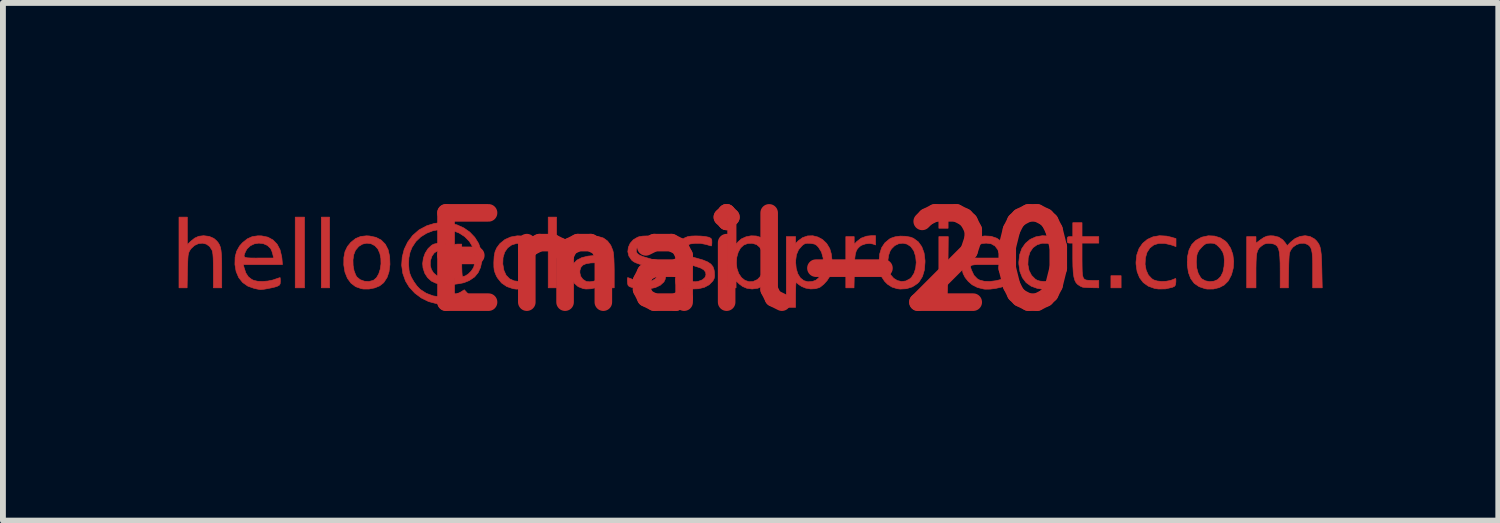
<source format=kicad_pcb>
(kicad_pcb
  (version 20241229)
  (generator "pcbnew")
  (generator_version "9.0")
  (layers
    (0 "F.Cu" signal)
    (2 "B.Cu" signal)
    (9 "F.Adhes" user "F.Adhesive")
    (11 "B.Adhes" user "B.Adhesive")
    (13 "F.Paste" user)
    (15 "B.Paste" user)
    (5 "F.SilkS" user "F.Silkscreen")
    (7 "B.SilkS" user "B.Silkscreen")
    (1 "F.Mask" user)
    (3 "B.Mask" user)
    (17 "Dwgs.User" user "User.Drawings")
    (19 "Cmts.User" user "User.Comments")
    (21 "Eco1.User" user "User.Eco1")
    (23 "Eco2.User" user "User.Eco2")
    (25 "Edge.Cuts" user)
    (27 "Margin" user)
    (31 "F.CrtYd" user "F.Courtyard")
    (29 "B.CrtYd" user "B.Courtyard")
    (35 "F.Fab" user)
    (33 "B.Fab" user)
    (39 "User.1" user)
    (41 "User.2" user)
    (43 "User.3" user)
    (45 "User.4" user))
  (footprint "Email-20"
    (layer "F.Cu")
    (at 9.752 1.418)
    (property "Reference" "Email-20" (at 0 0 0) (layer "F.Cu") (effects (font (size 1.524 1.524) (thickness 0.3))))
    (attr through_hole)
    (fp_poly (pts (xy -7.604 0.445) (xy -7.763 0.445) (xy -7.763 -0.762) (xy -7.604 -0.762) (xy -7.604 0.445)) (stroke (width 0.01) (type solid)) (fill yes) (layer "F.Cu"))
    (fp_poly (pts (xy -7.176 0.445) (xy -7.318 0.445) (xy -7.318 -0.762) (xy -7.176 -0.762) (xy -7.176 0.445)) (stroke (width 0.01) (type solid)) (fill yes) (layer "F.Cu"))
    (fp_poly (pts (xy -3.302 0.445) (xy -3.445 0.445) (xy -3.445 -0.762) (xy -3.302 -0.762) (xy -3.302 0.445)) (stroke (width 0.01) (type solid)) (fill yes) (layer "F.Cu"))
    (fp_poly (pts (xy 3.381 -0.572) (xy 3.223 -0.572) (xy 3.223 -0.762) (xy 3.381 -0.762) (xy 3.381 -0.572)) (stroke (width 0.01) (type solid)) (fill yes) (layer "F.Cu"))
    (fp_poly (pts (xy 6.334 0.445) (xy 6.16 0.445) (xy 6.16 0.238) (xy 6.334 0.238) (xy 6.334 0.445)) (stroke (width 0.01) (type solid)) (fill yes) (layer "F.Cu"))
    (fp_poly (pts (xy 2.143 -0.445) (xy 2.143 -0.287) (xy 2.099 -0.303) (xy 2.039 -0.313) (xy 1.97 -0.305) (xy 1.906 -0.283) (xy 1.882 -0.268) (xy 1.851 -0.24) (xy 1.827 -0.211) (xy 1.81 -0.175) (xy 1.797 -0.127) (xy 1.789 -0.063) (xy 1.784 0.023) (xy 1.781 0.134) (xy 1.781 0.155) (xy 1.775 0.445) (xy 1.635 0.445) (xy 1.635 -0.429) (xy 1.778 -0.429) (xy 1.778 -0.298) (xy 1.823 -0.346) (xy 1.897 -0.403) (xy 1.989 -0.437) (xy 2.066 -0.445) (xy 2.143 -0.445)) (stroke (width 0.01) (type solid)) (fill yes) (layer "F.Cu"))
    (fp_poly (pts (xy 3.379 0.075) (xy 3.377 0.216) (xy 3.375 0.329) (xy 3.373 0.418) (xy 3.371 0.486) (xy 3.368 0.537) (xy 3.363 0.574) (xy 3.357 0.602) (xy 3.35 0.623) (xy 3.342 0.642) (xy 3.298 0.706) (xy 3.242 0.747) (xy 3.167 0.769) (xy 3.138 0.773) (xy 3.048 0.782) (xy 3.048 0.717) (xy 3.05 0.675) (xy 3.059 0.656) (xy 3.084 0.651) (xy 3.103 0.651) (xy 3.162 0.638) (xy 3.19 0.616) (xy 3.199 0.605) (xy 3.206 0.592) (xy 3.212 0.573) (xy 3.216 0.544) (xy 3.219 0.502) (xy 3.221 0.443) (xy 3.222 0.365) (xy 3.222 0.263) (xy 3.223 0.134) (xy 3.223 0.076) (xy 3.223 -0.429) (xy 3.384 -0.429) (xy 3.379 0.075)) (stroke (width 0.01) (type solid)) (fill yes) (layer "F.Cu"))
    (fp_poly (pts (xy 5.667 -0.429) (xy 5.953 -0.429) (xy 5.953 -0.318) (xy 5.667 -0.318) (xy 5.667 -0.035) (xy 5.668 0.079) (xy 5.67 0.166) (xy 5.675 0.228) (xy 5.687 0.271) (xy 5.705 0.297) (xy 5.733 0.311) (xy 5.771 0.316) (xy 5.823 0.317) (xy 5.835 0.318) (xy 5.953 0.318) (xy 5.953 0.445) (xy 5.83 0.443) (xy 5.767 0.441) (xy 5.712 0.438) (xy 5.678 0.434) (xy 5.675 0.433) (xy 5.642 0.419) (xy 5.601 0.393) (xy 5.594 0.388) (xy 5.566 0.359) (xy 5.544 0.317) (xy 5.528 0.259) (xy 5.517 0.181) (xy 5.511 0.079) (xy 5.509 -0.05) (xy 5.509 -0.085) (xy 5.509 -0.318) (xy 5.461 -0.318) (xy 5.429 -0.321) (xy 5.416 -0.336) (xy 5.413 -0.373) (xy 5.416 -0.41) (xy 5.429 -0.426) (xy 5.461 -0.429) (xy 5.509 -0.429) (xy 5.509 -0.667) (xy 5.667 -0.667) (xy 5.667 -0.429)) (stroke (width 0.01) (type solid)) (fill yes) (layer "F.Cu"))
    (fp_poly (pts (xy -9.604 -0.295) (xy -9.545 -0.351) (xy -9.477 -0.405) (xy -9.41 -0.435) (xy -9.334 -0.444) (xy -9.328 -0.445) (xy -9.231 -0.433) (xy -9.152 -0.399) (xy -9.103 -0.356) (xy -9.076 -0.323) (xy -9.055 -0.287) (xy -9.039 -0.244) (xy -9.029 -0.19) (xy -9.022 -0.12) (xy -9.018 -0.028) (xy -9.017 0.089) (xy -9.017 0.133) (xy -9.017 0.445) (xy -9.16 0.445) (xy -9.16 0.15) (xy -9.161 0.031) (xy -9.163 -0.061) (xy -9.168 -0.128) (xy -9.175 -0.173) (xy -9.182 -0.196) (xy -9.223 -0.26) (xy -9.279 -0.301) (xy -9.345 -0.317) (xy -9.414 -0.31) (xy -9.481 -0.279) (xy -9.54 -0.225) (xy -9.564 -0.19) (xy -9.576 -0.167) (xy -9.584 -0.141) (xy -9.591 -0.105) (xy -9.595 -0.055) (xy -9.598 0.014) (xy -9.601 0.107) (xy -9.602 0.155) (xy -9.608 0.445) (xy -9.747 0.445) (xy -9.747 -0.762) (xy -9.604 -0.762) (xy -9.604 -0.295)) (stroke (width 0.01) (type solid)) (fill yes) (layer "F.Cu"))
    (fp_poly (pts (xy -3.853 -0.438) (xy -3.768 -0.418) (xy -3.683 -0.391) (xy -3.683 -0.256) (xy -3.77 -0.287) (xy -3.883 -0.314) (xy -3.983 -0.313) (xy -4.069 -0.287) (xy -4.138 -0.236) (xy -4.188 -0.163) (xy -4.216 -0.069) (xy -4.22 0.037) (xy -4.201 0.146) (xy -4.163 0.231) (xy -4.104 0.291) (xy -4.026 0.326) (xy -3.932 0.337) (xy -3.819 0.325) (xy -3.757 0.305) (xy -3.683 0.272) (xy -3.683 0.341) (xy -3.684 0.382) (xy -3.694 0.406) (xy -3.72 0.421) (xy -3.758 0.434) (xy -3.878 0.462) (xy -3.989 0.467) (xy -4.043 0.46) (xy -4.152 0.423) (xy -4.241 0.362) (xy -4.311 0.275) (xy -4.33 0.241) (xy -4.352 0.189) (xy -4.366 0.143) (xy -4.372 0.089) (xy -4.373 0.016) (xy -4.373 0.016) (xy -4.368 -0.087) (xy -4.353 -0.168) (xy -4.324 -0.236) (xy -4.279 -0.297) (xy -4.267 -0.312) (xy -4.184 -0.379) (xy -4.084 -0.423) (xy -3.972 -0.443) (xy -3.853 -0.438)) (stroke (width 0.01) (type solid)) (fill yes) (layer "F.Cu"))
    (fp_poly (pts (xy 7.113 -0.438) (xy 7.188 -0.42) (xy 7.271 -0.396) (xy 7.271 -0.259) (xy 7.187 -0.288) (xy 7.076 -0.314) (xy 6.977 -0.314) (xy 6.892 -0.287) (xy 6.825 -0.235) (xy 6.776 -0.16) (xy 6.749 -0.066) (xy 6.743 0.043) (xy 6.761 0.142) (xy 6.799 0.226) (xy 6.858 0.289) (xy 6.893 0.311) (xy 6.949 0.328) (xy 7.023 0.336) (xy 7.101 0.333) (xy 7.173 0.32) (xy 7.199 0.311) (xy 7.238 0.295) (xy 7.263 0.286) (xy 7.266 0.286) (xy 7.269 0.3) (xy 7.269 0.335) (xy 7.268 0.352) (xy 7.262 0.395) (xy 7.246 0.419) (xy 7.212 0.435) (xy 7.206 0.437) (xy 7.092 0.463) (xy 6.971 0.465) (xy 6.905 0.455) (xy 6.799 0.417) (xy 6.713 0.356) (xy 6.649 0.272) (xy 6.607 0.167) (xy 6.589 0.042) (xy 6.588 0.007) (xy 6.602 -0.118) (xy 6.64 -0.226) (xy 6.701 -0.314) (xy 6.782 -0.382) (xy 6.879 -0.426) (xy 6.99 -0.445) (xy 7.113 -0.438)) (stroke (width 0.01) (type solid)) (fill yes) (layer "F.Cu"))
    (fp_poly (pts (xy 5.113 -0.438) (xy 5.188 -0.42) (xy 5.271 -0.396) (xy 5.271 -0.257) (xy 5.191 -0.287) (xy 5.083 -0.315) (xy 4.985 -0.316) (xy 4.9 -0.29) (xy 4.83 -0.24) (xy 4.779 -0.166) (xy 4.749 -0.07) (xy 4.748 -0.065) (xy 4.743 0.048) (xy 4.762 0.148) (xy 4.805 0.232) (xy 4.87 0.297) (xy 4.904 0.317) (xy 4.95 0.33) (xy 5.015 0.336) (xy 5.088 0.333) (xy 5.156 0.323) (xy 5.199 0.311) (xy 5.238 0.295) (xy 5.262 0.286) (xy 5.265 0.286) (xy 5.269 0.3) (xy 5.268 0.335) (xy 5.267 0.352) (xy 5.261 0.395) (xy 5.246 0.419) (xy 5.212 0.435) (xy 5.206 0.437) (xy 5.091 0.463) (xy 4.971 0.465) (xy 4.905 0.455) (xy 4.799 0.417) (xy 4.713 0.356) (xy 4.649 0.272) (xy 4.607 0.167) (xy 4.589 0.042) (xy 4.588 0.007) (xy 4.601 -0.118) (xy 4.64 -0.226) (xy 4.701 -0.314) (xy 4.781 -0.382) (xy 4.879 -0.426) (xy 4.99 -0.445) (xy 5.113 -0.438)) (stroke (width 0.01) (type solid)) (fill yes) (layer "F.Cu"))
    (fp_poly (pts (xy 2.655 -0.435) (xy 2.739 -0.42) (xy 2.789 -0.401) (xy 2.872 -0.34) (xy 2.932 -0.256) (xy 2.971 -0.15) (xy 2.987 -0.022) (xy 2.987 0.008) (xy 2.976 0.141) (xy 2.943 0.252) (xy 2.888 0.34) (xy 2.859 0.37) (xy 2.772 0.428) (xy 2.671 0.46) (xy 2.563 0.466) (xy 2.513 0.46) (xy 2.423 0.432) (xy 2.349 0.385) (xy 2.297 0.333) (xy 2.25 0.262) (xy 2.219 0.178) (xy 2.204 0.075) (xy 2.204 0.067) (xy 2.353 0.067) (xy 2.365 0.14) (xy 2.399 0.221) (xy 2.452 0.282) (xy 2.516 0.321) (xy 2.587 0.337) (xy 2.659 0.328) (xy 2.727 0.292) (xy 2.757 0.265) (xy 2.801 0.195) (xy 2.828 0.107) (xy 2.837 0.01) (xy 2.827 -0.09) (xy 2.798 -0.182) (xy 2.791 -0.195) (xy 2.743 -0.26) (xy 2.681 -0.301) (xy 2.611 -0.317) (xy 2.54 -0.309) (xy 2.472 -0.277) (xy 2.415 -0.221) (xy 2.391 -0.183) (xy 2.366 -0.112) (xy 2.353 -0.024) (xy 2.353 0.067) (xy 2.204 0.067) (xy 2.202 -0.009) (xy 2.214 -0.136) (xy 2.246 -0.239) (xy 2.301 -0.322) (xy 2.379 -0.387) (xy 2.405 -0.402) (xy 2.476 -0.426) (xy 2.563 -0.438) (xy 2.655 -0.435)) (stroke (width 0.01) (type solid)) (fill yes) (layer "F.Cu"))
    (fp_poly (pts (xy -6.495 -0.44) (xy -6.385 -0.417) (xy -6.295 -0.37) (xy -6.225 -0.299) (xy -6.177 -0.205) (xy -6.151 -0.089) (xy -6.146 0.048) (xy -6.147 0.053) (xy -6.162 0.171) (xy -6.195 0.268) (xy -6.249 0.351) (xy -6.26 0.363) (xy -6.323 0.412) (xy -6.406 0.446) (xy -6.501 0.465) (xy -6.598 0.465) (xy -6.636 0.459) (xy -6.732 0.425) (xy -6.811 0.365) (xy -6.872 0.282) (xy -6.914 0.177) (xy -6.934 0.055) (xy -6.934 0.05) (xy -6.933 -0.033) (xy -6.777 -0.033) (xy -6.775 0.061) (xy -6.759 0.152) (xy -6.73 0.228) (xy -6.71 0.26) (xy -6.654 0.306) (xy -6.582 0.332) (xy -6.505 0.337) (xy -6.432 0.318) (xy -6.426 0.315) (xy -6.376 0.273) (xy -6.338 0.208) (xy -6.312 0.127) (xy -6.299 0.037) (xy -6.301 -0.055) (xy -6.318 -0.141) (xy -6.35 -0.215) (xy -6.403 -0.274) (xy -6.469 -0.308) (xy -6.541 -0.317) (xy -6.613 -0.302) (xy -6.679 -0.262) (xy -6.733 -0.198) (xy -6.736 -0.193) (xy -6.764 -0.121) (xy -6.777 -0.033) (xy -6.933 -0.033) (xy -6.933 -0.072) (xy -6.913 -0.174) (xy -6.872 -0.26) (xy -6.813 -0.332) (xy -6.733 -0.396) (xy -6.646 -0.432) (xy -6.544 -0.443) (xy -6.495 -0.44)) (stroke (width 0.01) (type solid)) (fill yes) (layer "F.Cu"))
    (fp_poly (pts (xy -0.238 -0.297) (xy -0.204 -0.341) (xy -0.146 -0.391) (xy -0.069 -0.426) (xy 0.018 -0.443) (xy 0.105 -0.44) (xy 0.163 -0.423) (xy 0.213 -0.392) (xy 0.268 -0.341) (xy 0.319 -0.28) (xy 0.357 -0.219) (xy 0.362 -0.209) (xy 0.377 -0.157) (xy 0.386 -0.081) (xy 0.388 0.008) (xy 0.387 0.088) (xy 0.383 0.147) (xy 0.373 0.193) (xy 0.357 0.237) (xy 0.352 0.248) (xy 0.295 0.342) (xy 0.221 0.411) (xy 0.134 0.452) (xy 0.036 0.465) (xy -0.053 0.453) (xy -0.126 0.422) (xy -0.183 0.38) (xy -0.238 0.327) (xy -0.238 0.445) (xy -0.381 0.445) (xy -0.381 0.021) (xy -0.233 0.021) (xy -0.223 0.113) (xy -0.193 0.201) (xy -0.146 0.27) (xy -0.087 0.317) (xy -0.019 0.34) (xy 0.052 0.337) (xy 0.123 0.305) (xy 0.127 0.303) (xy 0.179 0.248) (xy 0.215 0.175) (xy 0.236 0.089) (xy 0.242 -0.002) (xy 0.232 -0.093) (xy 0.208 -0.175) (xy 0.169 -0.244) (xy 0.116 -0.291) (xy 0.11 -0.294) (xy 0.039 -0.315) (xy -0.039 -0.312) (xy -0.108 -0.285) (xy -0.161 -0.236) (xy -0.201 -0.164) (xy -0.226 -0.076) (xy -0.233 0.021) (xy -0.381 0.021) (xy -0.381 -0.762) (xy -0.238 -0.762) (xy -0.238 -0.297)) (stroke (width 0.01) (type solid)) (fill yes) (layer "F.Cu"))
    (fp_poly (pts (xy 7.929 -0.439) (xy 8.028 -0.408) (xy 8.114 -0.352) (xy 8.144 -0.322) (xy 8.203 -0.231) (xy 8.241 -0.125) (xy 8.256 -0.009) (xy 8.248 0.109) (xy 8.218 0.222) (xy 8.165 0.324) (xy 8.159 0.332) (xy 8.094 0.396) (xy 8.009 0.441) (xy 7.91 0.465) (xy 7.805 0.466) (xy 7.768 0.46) (xy 7.665 0.425) (xy 7.582 0.368) (xy 7.522 0.287) (xy 7.483 0.183) (xy 7.464 0.055) (xy 7.464 0.053) (xy 7.465 0.003) (xy 7.617 0.003) (xy 7.625 0.107) (xy 7.65 0.198) (xy 7.691 0.269) (xy 7.712 0.292) (xy 7.772 0.325) (xy 7.845 0.339) (xy 7.92 0.331) (xy 7.981 0.305) (xy 8.034 0.253) (xy 8.072 0.176) (xy 8.091 0.081) (xy 8.092 0.072) (xy 8.096 -0.028) (xy 8.089 -0.106) (xy 8.068 -0.168) (xy 8.032 -0.222) (xy 8.008 -0.248) (xy 7.967 -0.287) (xy 7.934 -0.308) (xy 7.899 -0.316) (xy 7.858 -0.318) (xy 7.811 -0.315) (xy 7.777 -0.305) (xy 7.743 -0.282) (xy 7.709 -0.248) (xy 7.662 -0.194) (xy 7.636 -0.143) (xy 7.627 -0.109) (xy 7.617 0.003) (xy 7.465 0.003) (xy 7.467 -0.085) (xy 7.493 -0.201) (xy 7.54 -0.294) (xy 7.611 -0.366) (xy 7.704 -0.417) (xy 7.716 -0.421) (xy 7.823 -0.444) (xy 7.929 -0.439)) (stroke (width 0.01) (type solid)) (fill yes) (layer "F.Cu"))
    (fp_poly (pts (xy 1.159 -0.422) (xy 1.239 -0.378) (xy 1.308 -0.312) (xy 1.36 -0.226) (xy 1.362 -0.222) (xy 1.387 -0.135) (xy 1.399 -0.032) (xy 1.398 0.074) (xy 1.384 0.173) (xy 1.357 0.255) (xy 1.355 0.259) (xy 1.315 0.321) (xy 1.26 0.382) (xy 1.202 0.429) (xy 1.184 0.44) (xy 1.116 0.46) (xy 1.034 0.464) (xy 0.951 0.45) (xy 0.882 0.422) (xy 0.838 0.393) (xy 0.804 0.365) (xy 0.795 0.353) (xy 0.788 0.352) (xy 0.783 0.377) (xy 0.78 0.43) (xy 0.779 0.512) (xy 0.778 0.552) (xy 0.778 0.778) (xy 0.619 0.778) (xy 0.619 0.002) (xy 0.778 0.002) (xy 0.788 0.114) (xy 0.816 0.206) (xy 0.86 0.276) (xy 0.918 0.322) (xy 0.988 0.342) (xy 1.068 0.335) (xy 1.125 0.314) (xy 1.17 0.276) (xy 1.209 0.214) (xy 1.237 0.135) (xy 1.25 0.055) (xy 1.248 -0.065) (xy 1.22 -0.165) (xy 1.168 -0.248) (xy 1.134 -0.283) (xy 1.1 -0.302) (xy 1.053 -0.311) (xy 1.03 -0.314) (xy 0.976 -0.316) (xy 0.94 -0.31) (xy 0.908 -0.291) (xy 0.89 -0.276) (xy 0.829 -0.206) (xy 0.792 -0.119) (xy 0.778 -0.011) (xy 0.778 0.002) (xy 0.619 0.002) (xy 0.619 -0.429) (xy 0.778 -0.429) (xy 0.778 -0.313) (xy 0.821 -0.356) (xy 0.897 -0.412) (xy 0.982 -0.441) (xy 1.071 -0.444) (xy 1.159 -0.422)) (stroke (width 0.01) (type solid)) (fill yes) (layer "F.Cu"))
    (fp_poly (pts (xy -8.336 -0.442) (xy -8.23 -0.42) (xy -8.142 -0.372) (xy -8.072 -0.3) (xy -8.022 -0.205) (xy -7.994 -0.088) (xy -7.99 -0.06) (xy -7.981 0.048) (xy -8.649 0.048) (xy -8.636 0.099) (xy -8.606 0.191) (xy -8.563 0.257) (xy -8.503 0.303) (xy -8.469 0.318) (xy -8.404 0.333) (xy -8.32 0.336) (xy -8.23 0.329) (xy -8.144 0.311) (xy -8.121 0.303) (xy -8.071 0.286) (xy -8.035 0.274) (xy -8.021 0.27) (xy -8.019 0.284) (xy -8.017 0.319) (xy -8.017 0.333) (xy -8.02 0.376) (xy -8.035 0.4) (xy -8.069 0.418) (xy -8.071 0.419) (xy -8.108 0.431) (xy -8.163 0.444) (xy -8.227 0.457) (xy -8.289 0.468) (xy -8.338 0.474) (xy -8.361 0.475) (xy -8.383 0.471) (xy -8.425 0.463) (xy -8.465 0.454) (xy -8.572 0.416) (xy -8.66 0.354) (xy -8.728 0.269) (xy -8.772 0.165) (xy -8.792 0.046) (xy -8.789 -0.076) (xy -8.781 -0.11) (xy -8.635 -0.11) (xy -8.634 -0.088) (xy -8.615 -0.074) (xy -8.578 -0.067) (xy -8.517 -0.064) (xy -8.429 -0.063) (xy -8.384 -0.064) (xy -8.131 -0.064) (xy -8.146 -0.129) (xy -8.161 -0.179) (xy -8.179 -0.22) (xy -8.183 -0.227) (xy -8.238 -0.279) (xy -8.307 -0.309) (xy -8.383 -0.318) (xy -8.46 -0.306) (xy -8.529 -0.273) (xy -8.584 -0.221) (xy -8.605 -0.186) (xy -8.625 -0.142) (xy -8.635 -0.11) (xy -8.781 -0.11) (xy -8.763 -0.179) (xy -8.713 -0.269) (xy -8.662 -0.326) (xy -8.581 -0.391) (xy -8.497 -0.429) (xy -8.401 -0.443) (xy -8.336 -0.442)) (stroke (width 0.01) (type solid)) (fill yes) (layer "F.Cu"))
    (fp_poly (pts (xy 4.114 -0.435) (xy 4.212 -0.402) (xy 4.293 -0.344) (xy 4.355 -0.265) (xy 4.396 -0.165) (xy 4.413 -0.049) (xy 4.413 -0.029) (xy 4.413 0.048) (xy 4.088 0.048) (xy 3.975 0.048) (xy 3.891 0.048) (xy 3.832 0.051) (xy 3.793 0.057) (xy 3.772 0.066) (xy 3.764 0.081) (xy 3.767 0.103) (xy 3.776 0.132) (xy 3.781 0.144) (xy 3.822 0.231) (xy 3.88 0.291) (xy 3.92 0.313) (xy 3.998 0.333) (xy 4.095 0.336) (xy 4.202 0.323) (xy 4.309 0.295) (xy 4.354 0.278) (xy 4.371 0.275) (xy 4.379 0.289) (xy 4.381 0.327) (xy 4.381 0.338) (xy 4.381 0.409) (xy 4.29 0.433) (xy 4.193 0.455) (xy 4.098 0.467) (xy 4.017 0.468) (xy 3.993 0.466) (xy 3.882 0.439) (xy 3.792 0.393) (xy 3.726 0.336) (xy 3.672 0.269) (xy 3.637 0.201) (xy 3.619 0.122) (xy 3.613 0.023) (xy 3.612 0.008) (xy 3.622 -0.081) (xy 3.768 -0.081) (xy 3.775 -0.073) (xy 3.795 -0.069) (xy 3.832 -0.066) (xy 3.89 -0.064) (xy 3.973 -0.064) (xy 4.017 -0.064) (xy 4.273 -0.064) (xy 4.262 -0.115) (xy 4.23 -0.206) (xy 4.182 -0.269) (xy 4.116 -0.307) (xy 4.031 -0.318) (xy 3.961 -0.311) (xy 3.904 -0.289) (xy 3.849 -0.25) (xy 3.807 -0.203) (xy 3.787 -0.163) (xy 3.776 -0.12) (xy 3.768 -0.091) (xy 3.768 -0.081) (xy 3.622 -0.081) (xy 3.626 -0.12) (xy 3.663 -0.229) (xy 3.722 -0.317) (xy 3.803 -0.383) (xy 3.905 -0.425) (xy 4.003 -0.441) (xy 4.114 -0.435)) (stroke (width 0.01) (type solid)) (fill yes) (layer "F.Cu"))
    (fp_poly (pts (xy -1.675 -0.439) (xy -1.598 -0.432) (xy -1.537 -0.42) (xy -1.52 -0.415) (xy -1.491 -0.399) (xy -1.479 -0.373) (xy -1.476 -0.334) (xy -1.478 -0.294) (xy -1.486 -0.275) (xy -1.509 -0.275) (xy -1.553 -0.289) (xy -1.564 -0.293) (xy -1.622 -0.307) (xy -1.694 -0.315) (xy -1.767 -0.315) (xy -1.832 -0.309) (xy -1.873 -0.297) (xy -1.915 -0.262) (xy -1.939 -0.216) (xy -1.941 -0.172) (xy -1.923 -0.14) (xy -1.884 -0.112) (xy -1.821 -0.086) (xy -1.736 -0.061) (xy -1.624 -0.028) (xy -1.541 0.009) (xy -1.482 0.05) (xy -1.468 0.063) (xy -1.446 0.108) (xy -1.435 0.17) (xy -1.437 0.238) (xy -1.449 0.302) (xy -1.47 0.344) (xy -1.531 0.4) (xy -1.615 0.44) (xy -1.717 0.462) (xy -1.833 0.464) (xy -1.892 0.458) (xy -1.973 0.446) (xy -2.028 0.435) (xy -2.062 0.422) (xy -2.081 0.403) (xy -2.089 0.376) (xy -2.092 0.344) (xy -2.094 0.301) (xy -2.091 0.274) (xy -2.089 0.27) (xy -2.071 0.275) (xy -2.033 0.289) (xy -2.005 0.3) (xy -1.908 0.329) (xy -1.817 0.342) (xy -1.734 0.338) (xy -1.666 0.321) (xy -1.615 0.289) (xy -1.588 0.244) (xy -1.584 0.215) (xy -1.597 0.164) (xy -1.638 0.124) (xy -1.707 0.092) (xy -1.729 0.086) (xy -1.826 0.059) (xy -1.897 0.037) (xy -1.948 0.018) (xy -1.983 0.001) (xy -2.009 -0.018) (xy -2.024 -0.032) (xy -2.068 -0.098) (xy -2.086 -0.172) (xy -2.077 -0.246) (xy -2.046 -0.315) (xy -1.993 -0.375) (xy -1.921 -0.418) (xy -1.886 -0.43) (xy -1.83 -0.438) (xy -1.756 -0.441) (xy -1.675 -0.439)) (stroke (width 0.01) (type solid)) (fill yes) (layer "F.Cu"))
    (fp_poly (pts (xy 9.559 -0.431) (xy 9.633 -0.391) (xy 9.663 -0.363) (xy 9.691 -0.329) (xy 9.713 -0.293) (xy 9.73 -0.25) (xy 9.741 -0.196) (xy 9.75 -0.126) (xy 9.755 -0.035) (xy 9.759 0.082) (xy 9.76 0.123) (xy 9.767 0.445) (xy 9.604 0.445) (xy 9.604 0.142) (xy 9.604 0.02) (xy 9.601 -0.075) (xy 9.595 -0.147) (xy 9.585 -0.201) (xy 9.571 -0.239) (xy 9.551 -0.268) (xy 9.525 -0.29) (xy 9.523 -0.292) (xy 9.463 -0.316) (xy 9.395 -0.315) (xy 9.327 -0.292) (xy 9.268 -0.25) (xy 9.238 -0.212) (xy 9.224 -0.189) (xy 9.214 -0.165) (xy 9.207 -0.136) (xy 9.202 -0.096) (xy 9.199 -0.04) (xy 9.196 0.038) (xy 9.194 0.142) (xy 9.194 0.147) (xy 9.189 0.445) (xy 9.049 0.445) (xy 9.049 0.155) (xy 9.048 0.022) (xy 9.043 -0.083) (xy 9.035 -0.163) (xy 9.021 -0.222) (xy 9 -0.263) (xy 8.97 -0.289) (xy 8.932 -0.305) (xy 8.883 -0.313) (xy 8.878 -0.313) (xy 8.822 -0.314) (xy 8.778 -0.301) (xy 8.749 -0.283) (xy 8.712 -0.255) (xy 8.684 -0.226) (xy 8.664 -0.19) (xy 8.65 -0.143) (xy 8.642 -0.08) (xy 8.638 0.004) (xy 8.636 0.113) (xy 8.636 0.155) (xy 8.636 0.445) (xy 8.477 0.445) (xy 8.477 -0.429) (xy 8.636 -0.429) (xy 8.636 -0.318) (xy 8.709 -0.373) (xy 8.771 -0.415) (xy 8.825 -0.438) (xy 8.886 -0.444) (xy 8.94 -0.441) (xy 9.025 -0.42) (xy 9.094 -0.374) (xy 9.137 -0.322) (xy 9.169 -0.275) (xy 9.227 -0.335) (xy 9.304 -0.397) (xy 9.388 -0.433) (xy 9.475 -0.445) (xy 9.559 -0.431)) (stroke (width 0.01) (type solid)) (fill yes) (layer "F.Cu"))
    (fp_poly (pts (xy -2.59 -0.431) (xy -2.51 -0.408) (xy -2.499 -0.403) (xy -2.432 -0.354) (xy -2.377 -0.281) (xy -2.341 -0.192) (xy -2.334 -0.161) (xy -2.328 -0.115) (xy -2.323 -0.045) (xy -2.32 0.041) (xy -2.318 0.135) (xy -2.318 0.185) (xy -2.318 0.445) (xy -2.461 0.445) (xy -2.461 0.313) (xy -2.492 0.354) (xy -2.548 0.403) (xy -2.625 0.44) (xy -2.712 0.461) (xy -2.8 0.465) (xy -2.846 0.459) (xy -2.933 0.425) (xy -2.997 0.369) (xy -3.037 0.294) (xy -3.052 0.2) (xy -3.052 0.189) (xy -3.052 0.186) (xy -2.905 0.186) (xy -2.891 0.247) (xy -2.853 0.3) (xy -2.799 0.334) (xy -2.786 0.338) (xy -2.733 0.342) (xy -2.669 0.332) (xy -2.609 0.312) (xy -2.601 0.308) (xy -2.543 0.261) (xy -2.499 0.188) (xy -2.476 0.11) (xy -2.468 0.063) (xy -2.462 0.03) (xy -2.461 0.022) (xy -2.475 0.019) (xy -2.515 0.017) (xy -2.573 0.016) (xy -2.612 0.016) (xy -2.719 0.02) (xy -2.798 0.033) (xy -2.853 0.057) (xy -2.886 0.094) (xy -2.903 0.146) (xy -2.905 0.186) (xy -3.052 0.186) (xy -3.041 0.1) (xy -3.009 0.027) (xy -2.953 -0.029) (xy -2.873 -0.07) (xy -2.768 -0.096) (xy -2.635 -0.109) (xy -2.562 -0.111) (xy -2.464 -0.111) (xy -2.477 -0.167) (xy -2.49 -0.211) (xy -2.506 -0.243) (xy -2.507 -0.245) (xy -2.558 -0.283) (xy -2.63 -0.307) (xy -2.717 -0.316) (xy -2.81 -0.309) (xy -2.901 -0.286) (xy -2.95 -0.269) (xy -2.985 -0.257) (xy -2.997 -0.254) (xy -2.999 -0.268) (xy -2.998 -0.304) (xy -2.997 -0.321) (xy -2.992 -0.389) (xy -2.889 -0.417) (xy -2.791 -0.436) (xy -2.687 -0.44) (xy -2.59 -0.431)) (stroke (width 0.01) (type solid)) (fill yes) (layer "F.Cu"))
    (fp_poly (pts (xy -0.848 -0.439) (xy -0.771 -0.432) (xy -0.709 -0.42) (xy -0.695 -0.415) (xy -0.666 -0.399) (xy -0.653 -0.373) (xy -0.651 -0.334) (xy -0.653 -0.294) (xy -0.658 -0.272) (xy -0.66 -0.27) (xy -0.679 -0.274) (xy -0.718 -0.286) (xy -0.747 -0.295) (xy -0.85 -0.315) (xy -0.935 -0.315) (xy -1.016 -0.305) (xy -1.07 -0.285) (xy -1.101 -0.251) (xy -1.111 -0.202) (xy -1.111 -0.196) (xy -1.105 -0.159) (xy -1.085 -0.129) (xy -1.046 -0.104) (xy -0.983 -0.081) (xy -0.911 -0.061) (xy -0.803 -0.03) (xy -0.723 0.003) (xy -0.668 0.04) (xy -0.632 0.085) (xy -0.613 0.141) (xy -0.607 0.187) (xy -0.605 0.246) (xy -0.613 0.288) (xy -0.634 0.327) (xy -0.638 0.332) (xy -0.698 0.393) (xy -0.781 0.437) (xy -0.883 0.461) (xy -1 0.465) (xy -1.067 0.458) (xy -1.148 0.446) (xy -1.203 0.435) (xy -1.237 0.422) (xy -1.256 0.403) (xy -1.264 0.376) (xy -1.267 0.344) (xy -1.268 0.301) (xy -1.266 0.274) (xy -1.264 0.27) (xy -1.245 0.275) (xy -1.207 0.289) (xy -1.179 0.3) (xy -1.052 0.336) (xy -0.932 0.341) (xy -0.879 0.333) (xy -0.813 0.308) (xy -0.77 0.27) (xy -0.752 0.225) (xy -0.758 0.178) (xy -0.791 0.136) (xy -0.847 0.105) (xy -0.896 0.089) (xy -0.961 0.068) (xy -1.029 0.048) (xy -1.031 0.047) (xy -1.114 0.018) (xy -1.173 -0.015) (xy -1.201 -0.039) (xy -1.231 -0.072) (xy -1.247 -0.103) (xy -1.253 -0.143) (xy -1.254 -0.188) (xy -1.252 -0.244) (xy -1.244 -0.282) (xy -1.224 -0.314) (xy -1.195 -0.347) (xy -1.121 -0.405) (xy -1.064 -0.429) (xy -1.006 -0.438) (xy -0.93 -0.441) (xy -0.848 -0.439)) (stroke (width 0.01) (type solid)) (fill yes) (layer "F.Cu"))
    (fp_poly (pts (xy -5.125 -0.661) (xy -5.001 -0.63) (xy -4.886 -0.578) (xy -4.784 -0.507) (xy -4.698 -0.417) (xy -4.632 -0.311) (xy -4.59 -0.19) (xy -4.578 -0.117) (xy -4.578 -0.007) (xy -4.6 0.096) (xy -4.641 0.186) (xy -4.699 0.256) (xy -4.704 0.261) (xy -4.793 0.321) (xy -4.885 0.358) (xy -4.966 0.374) (xy -5.048 0.385) (xy -5.048 0.287) (xy -5.105 0.325) (xy -5.191 0.367) (xy -5.278 0.38) (xy -5.361 0.366) (xy -5.438 0.33) (xy -5.503 0.272) (xy -5.552 0.196) (xy -5.582 0.104) (xy -5.585 0.061) (xy -5.458 0.061) (xy -5.439 0.131) (xy -5.402 0.19) (xy -5.351 0.234) (xy -5.289 0.258) (xy -5.219 0.258) (xy -5.159 0.237) (xy -5.11 0.196) (xy -5.075 0.132) (xy -5.058 0.056) (xy -5.061 -0.026) (xy -5.064 -0.041) (xy -5.091 -0.105) (xy -5.137 -0.158) (xy -5.194 -0.195) (xy -5.247 -0.206) (xy -5.326 -0.192) (xy -5.39 -0.151) (xy -5.429 -0.096) (xy -5.456 -0.016) (xy -5.458 0.061) (xy -5.585 0.061) (xy -5.588 0.032) (xy -5.576 -0.061) (xy -5.544 -0.149) (xy -5.495 -0.225) (xy -5.434 -0.282) (xy -5.398 -0.301) (xy -5.329 -0.317) (xy -5.248 -0.314) (xy -5.169 -0.297) (xy -5.106 -0.265) (xy -5.105 -0.264) (xy -5.048 -0.221) (xy -5.048 -0.261) (xy -5.045 -0.287) (xy -5.029 -0.299) (xy -4.991 -0.302) (xy -4.985 -0.302) (xy -4.921 -0.302) (xy -4.921 -0.024) (xy -4.92 0.091) (xy -4.917 0.176) (xy -4.913 0.23) (xy -4.906 0.253) (xy -4.905 0.254) (xy -4.859 0.241) (xy -4.807 0.207) (xy -4.759 0.159) (xy -4.723 0.105) (xy -4.715 0.087) (xy -4.7 0.023) (xy -4.696 -0.059) (xy -4.702 -0.143) (xy -4.718 -0.217) (xy -4.727 -0.241) (xy -4.789 -0.346) (xy -4.87 -0.429) (xy -4.966 -0.491) (xy -5.072 -0.531) (xy -5.185 -0.551) (xy -5.3 -0.55) (xy -5.413 -0.529) (xy -5.521 -0.487) (xy -5.619 -0.426) (xy -5.703 -0.346) (xy -5.769 -0.246) (xy -5.803 -0.162) (xy -5.823 -0.067) (xy -5.828 0.041) (xy -5.82 0.145) (xy -5.81 0.192) (xy -5.782 0.263) (xy -5.737 0.341) (xy -5.684 0.415) (xy -5.63 0.471) (xy -5.527 0.538) (xy -5.409 0.582) (xy -5.283 0.601) (xy -5.156 0.595) (xy -5.034 0.564) (xy -4.935 0.515) (xy -4.877 0.478) (xy -4.84 0.518) (xy -4.803 0.558) (xy -4.842 0.59) (xy -4.88 0.615) (xy -4.932 0.644) (xy -4.961 0.658) (xy -5.01 0.678) (xy -5.06 0.694) (xy -5.123 0.706) (xy -5.206 0.719) (xy -5.223 0.721) (xy -5.26 0.722) (xy -5.315 0.718) (xy -5.358 0.713) (xy -5.487 0.679) (xy -5.611 0.618) (xy -5.723 0.534) (xy -5.817 0.432) (xy -5.88 0.329) (xy -5.927 0.197) (xy -5.946 0.06) (xy -5.937 -0.078) (xy -5.903 -0.212) (xy -5.843 -0.336) (xy -5.76 -0.447) (xy -5.656 -0.539) (xy -5.643 -0.548) (xy -5.517 -0.615) (xy -5.387 -0.655) (xy -5.255 -0.67) (xy -5.125 -0.661)) (stroke (width 0.01) (type solid)) (fill yes) (layer "F.Cu")))
  (gr_rect
    (start -3 -3)
    (end 22.524 5.836)
    (stroke (width 0.1) (type default))
    (fill no)
    (layer "Edge.Cuts")))
</source>
